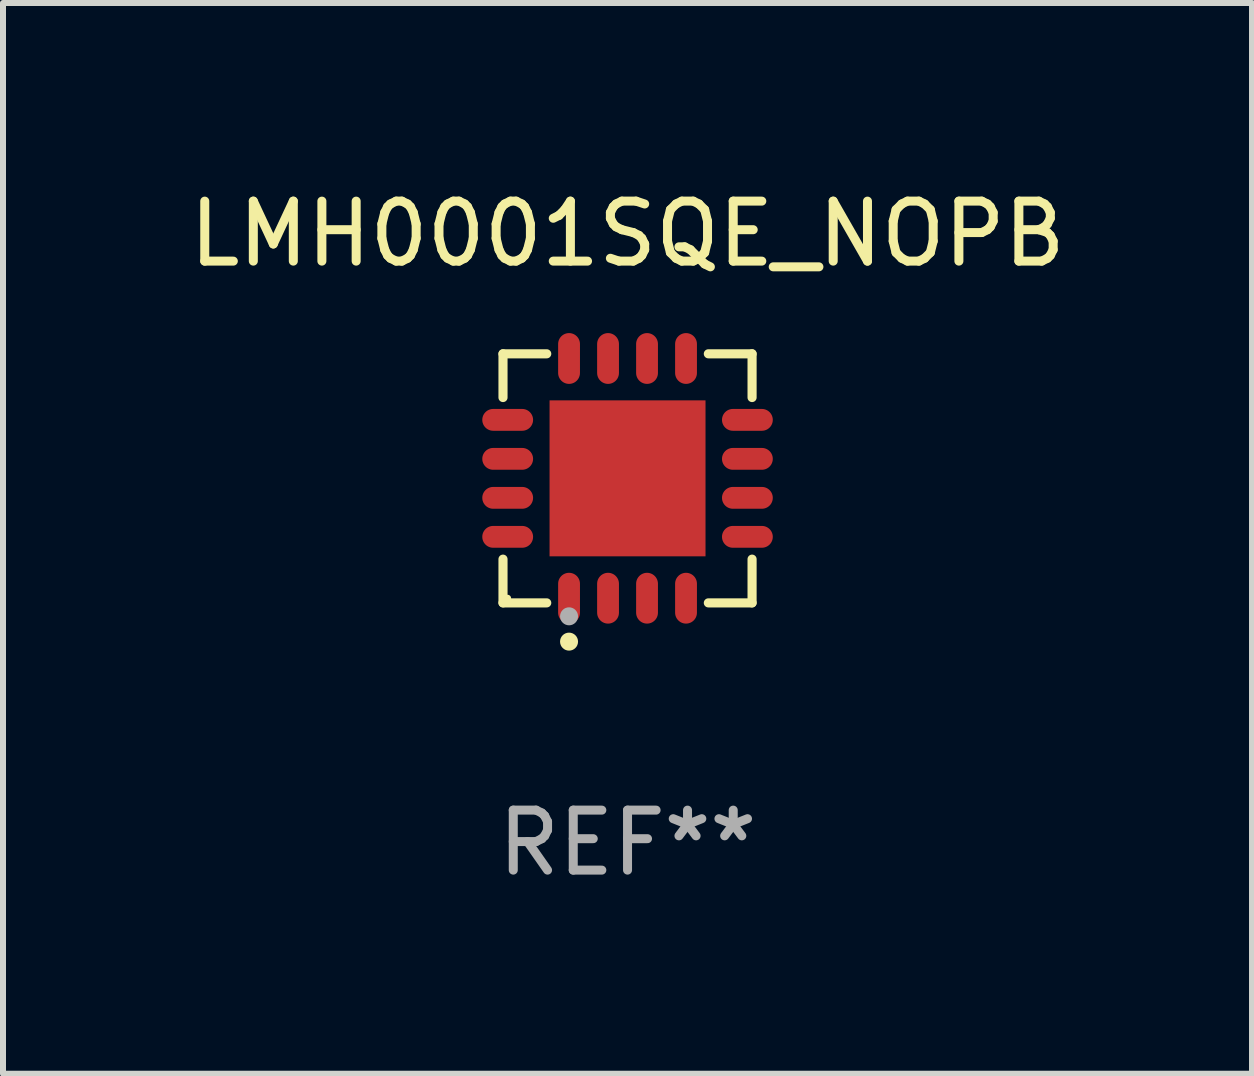
<source format=kicad_pcb>
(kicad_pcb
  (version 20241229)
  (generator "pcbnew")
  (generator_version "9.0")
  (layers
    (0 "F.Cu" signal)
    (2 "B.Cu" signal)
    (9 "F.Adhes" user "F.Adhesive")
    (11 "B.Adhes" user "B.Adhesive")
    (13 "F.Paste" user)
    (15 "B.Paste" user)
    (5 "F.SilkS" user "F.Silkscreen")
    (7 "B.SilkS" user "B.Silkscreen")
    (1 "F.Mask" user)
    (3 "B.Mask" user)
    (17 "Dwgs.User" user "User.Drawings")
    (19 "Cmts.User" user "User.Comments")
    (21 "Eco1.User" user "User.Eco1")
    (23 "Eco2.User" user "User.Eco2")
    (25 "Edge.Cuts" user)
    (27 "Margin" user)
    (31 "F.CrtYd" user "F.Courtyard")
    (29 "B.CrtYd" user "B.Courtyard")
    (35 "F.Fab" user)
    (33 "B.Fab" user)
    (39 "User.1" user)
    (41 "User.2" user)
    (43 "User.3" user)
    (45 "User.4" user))
  (footprint "LMH0001SQE_NOPB"
    (layer "F.Cu")
    (at 7.411 4.924)
    (property "Reference" "LMH0001SQE_NOPB" (at 0 -4.076 0) (layer "F.SilkS") (effects (font (size 1 1) (thickness 0.15))))
    (attr through_hole)
    (fp_line (start -2.076 -2.076) (end -1.347 -2.076) (stroke (width 0.152) (type solid)) (layer "F.SilkS"))
    (fp_line (start -2.076 -1.347) (end -2.076 -2.076) (stroke (width 0.152) (type solid)) (layer "F.SilkS"))
    (fp_line (start -2.076 1.347) (end -2.076 2.076) (stroke (width 0.152) (type solid)) (layer "F.SilkS"))
    (fp_line (start -2.076 2.076) (end -1.347 2.076) (stroke (width 0.152) (type solid)) (layer "F.SilkS"))
    (fp_line (start 2.076 -2.076) (end 1.347 -2.076) (stroke (width 0.152) (type solid)) (layer "F.SilkS"))
    (fp_line (start 2.076 -1.347) (end 2.076 -2.076) (stroke (width 0.152) (type solid)) (layer "F.SilkS"))
    (fp_line (start 2.076 1.347) (end 2.076 2.076) (stroke (width 0.152) (type solid)) (layer "F.SilkS"))
    (fp_line (start 2.076 2.076) (end 1.347 2.076) (stroke (width 0.152) (type solid)) (layer "F.SilkS"))
    (fp_circle (center -2 2) (end -1.97 2) (stroke (width 0.06) (type solid)) (fill no) (layer "F.SilkS"))
    (fp_circle (center -0.975 2.722) (end -0.9 2.722) (stroke (width 0.15) (type solid)) (fill no) (layer "F.SilkS"))
    (fp_circle (center -0.975 2.3) (end -0.9 2.3) (stroke (width 0.15) (type solid)) (fill no) (layer "F.Fab"))
    (fp_text user "REF**" (at 0 6.076 0) (layer "F.Fab") (effects (font (size 1 1) (thickness 0.15))))
    (pad "1" smd oval (at -0.975 1.998) (size 0.364 0.847) (layers "F.Cu" "F.Mask" "F.Paste"))
    (pad "2" smd oval (at -0.325 1.998) (size 0.364 0.847) (layers "F.Cu" "F.Mask" "F.Paste"))
    (pad "3" smd oval (at 0.325 1.998) (size 0.364 0.847) (layers "F.Cu" "F.Mask" "F.Paste"))
    (pad "4" smd oval (at 0.975 1.998) (size 0.364 0.847) (layers "F.Cu" "F.Mask" "F.Paste"))
    (pad "5" smd oval (at 1.998 0.975) (size 0.847 0.364) (layers "F.Cu" "F.Mask" "F.Paste"))
    (pad "6" smd oval (at 1.998 0.325) (size 0.847 0.364) (layers "F.Cu" "F.Mask" "F.Paste"))
    (pad "7" smd oval (at 1.998 -0.325) (size 0.847 0.364) (layers "F.Cu" "F.Mask" "F.Paste"))
    (pad "8" smd oval (at 1.998 -0.975) (size 0.847 0.364) (layers "F.Cu" "F.Mask" "F.Paste"))
    (pad "9" smd oval (at 0.975 -1.998) (size 0.364 0.847) (layers "F.Cu" "F.Mask" "F.Paste"))
    (pad "10" smd oval (at 0.325 -1.998) (size 0.364 0.847) (layers "F.Cu" "F.Mask" "F.Paste"))
    (pad "11" smd oval (at -0.325 -1.998) (size 0.364 0.847) (layers "F.Cu" "F.Mask" "F.Paste"))
    (pad "12" smd oval (at -0.975 -1.998) (size 0.364 0.847) (layers "F.Cu" "F.Mask" "F.Paste"))
    (pad "13" smd oval (at -1.998 -0.975) (size 0.847 0.364) (layers "F.Cu" "F.Mask" "F.Paste"))
    (pad "14" smd oval (at -1.998 -0.325) (size 0.847 0.364) (layers "F.Cu" "F.Mask" "F.Paste"))
    (pad "15" smd oval (at -1.998 0.325) (size 0.847 0.364) (layers "F.Cu" "F.Mask" "F.Paste"))
    (pad "16" smd oval (at -1.998 0.975) (size 0.847 0.364) (layers "F.Cu" "F.Mask" "F.Paste"))
    (pad "17" smd rect (at 0 0) (size 2.6 2.6) (layers "F.Cu" "F.Mask" "F.Paste")))
  (gr_rect
    (start -3 -3)
    (end 17.821 14.849)
    (stroke (width 0.1) (type default))
    (fill no)
    (layer "Edge.Cuts")))
</source>
